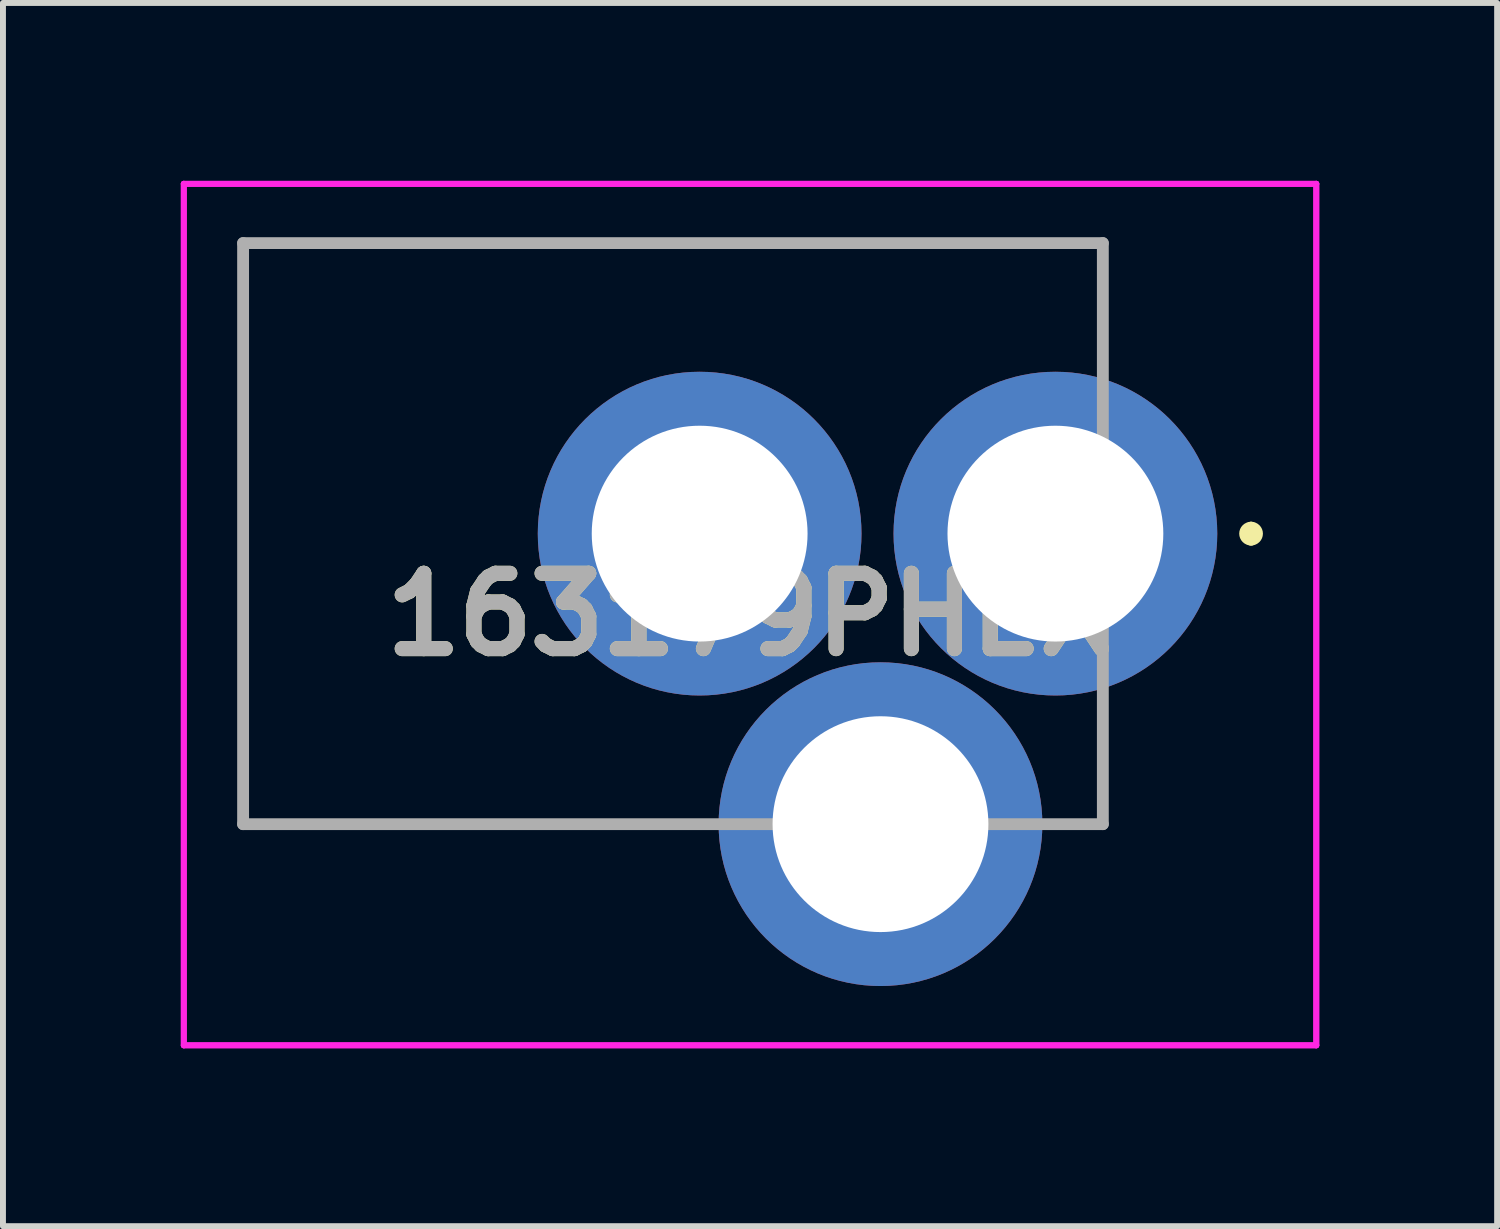
<source format=kicad_pcb>
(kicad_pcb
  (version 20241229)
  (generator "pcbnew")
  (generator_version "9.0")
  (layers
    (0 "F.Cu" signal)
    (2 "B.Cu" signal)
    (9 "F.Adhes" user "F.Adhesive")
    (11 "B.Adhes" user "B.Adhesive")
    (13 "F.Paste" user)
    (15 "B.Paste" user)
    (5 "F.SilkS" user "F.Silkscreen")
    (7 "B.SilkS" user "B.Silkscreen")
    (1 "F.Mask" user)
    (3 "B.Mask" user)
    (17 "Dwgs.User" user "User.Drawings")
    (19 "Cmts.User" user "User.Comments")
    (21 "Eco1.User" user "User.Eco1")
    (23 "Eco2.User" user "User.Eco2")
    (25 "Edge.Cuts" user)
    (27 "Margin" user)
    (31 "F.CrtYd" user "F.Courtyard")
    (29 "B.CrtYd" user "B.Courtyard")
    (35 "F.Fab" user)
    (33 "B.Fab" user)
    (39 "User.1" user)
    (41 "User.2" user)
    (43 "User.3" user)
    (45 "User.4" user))
  (footprint "163179PHEX"
    (layer "F.Cu")
    (at 9.6 7.315)
    (property "Reference" "163179PHEX" (at 0 0 0) (layer "F.SilkS") (effects (font (size 1.27 1.27) (thickness 0.254))))
    (attr through_hole)
    (fp_line (start -8.55 -6.265) (end -8.55 3.535) (stroke (width 0.1) (type solid)) (layer "F.SilkS"))
    (fp_line (start -8.55 3.535) (end 5.95 3.535) (stroke (width 0.1) (type solid)) (layer "F.SilkS"))
    (fp_line (start -1.55 -6.265) (end -8.55 -6.265) (stroke (width 0.1) (type solid)) (layer "F.SilkS"))
    (fp_line (start 5.95 3.535) (end 5.95 1.635) (stroke (width 0.1) (type solid)) (layer "F.SilkS"))
    (fp_line (start 8.45 -1.465) (end 8.45 -1.465) (stroke (width 0.2) (type solid)) (layer "F.SilkS"))
    (fp_line (start 8.45 -1.265) (end 8.45 -1.265) (stroke (width 0.2) (type solid)) (layer "F.SilkS"))
    (fp_arc (start 8.45 -1.465) (mid 8.55 -1.365) (end 8.45 -1.265) (stroke (width 0.2) (type solid)) (layer "F.SilkS"))
    (fp_arc (start 8.45 -1.265) (mid 8.35 -1.365) (end 8.45 -1.465) (stroke (width 0.2) (type solid)) (layer "F.SilkS"))
    (fp_line (start -9.55 -7.265) (end 9.55 -7.265) (stroke (width 0.1) (type solid)) (layer "F.CrtYd"))
    (fp_line (start -9.55 -7.265) (end 9.55 -7.265) (stroke (width 0.1) (type solid)) (layer "F.CrtYd"))
    (fp_line (start -9.55 7.265) (end -9.55 -7.265) (stroke (width 0.1) (type solid)) (layer "F.CrtYd"))
    (fp_line (start -9.55 7.265) (end -9.55 -7.265) (stroke (width 0.1) (type solid)) (layer "F.CrtYd"))
    (fp_line (start 9.55 -7.265) (end 9.55 7.265) (stroke (width 0.1) (type solid)) (layer "F.CrtYd"))
    (fp_line (start 9.55 -7.265) (end 9.55 7.265) (stroke (width 0.1) (type solid)) (layer "F.CrtYd"))
    (fp_line (start 9.55 7.265) (end -9.55 7.265) (stroke (width 0.1) (type solid)) (layer "F.CrtYd"))
    (fp_line (start 9.55 7.265) (end -9.55 7.265) (stroke (width 0.1) (type solid)) (layer "F.CrtYd"))
    (fp_line (start -8.55 -6.265) (end 5.95 -6.265) (stroke (width 0.2) (type solid)) (layer "F.Fab"))
    (fp_line (start -8.55 3.535) (end -8.55 -6.265) (stroke (width 0.2) (type solid)) (layer "F.Fab"))
    (fp_line (start 5.95 -6.265) (end 5.95 3.535) (stroke (width 0.2) (type solid)) (layer "F.Fab"))
    (fp_line (start 5.95 3.535) (end -8.55 3.535) (stroke (width 0.2) (type solid)) (layer "F.Fab"))
    (fp_text user "${REFERENCE}" (at 0 0 0) (layer "F.Fab") (effects (font (size 1.27 1.27) (thickness 0.254))))
    (pad "A" thru_hole circle (at 5.15 -1.365) (size 5.46 5.46) (drill 3.64) (layers "*.Cu" "*.Mask"))
    (pad "B" thru_hole circle (at 2.2 3.535) (size 5.46 5.46) (drill 3.64) (layers "*.Cu" "*.Mask"))
    (pad "C" thru_hole circle (at -0.85 -1.365) (size 5.46 5.46) (drill 3.64) (layers "*.Cu" "*.Mask")))
  (gr_rect
    (start -3 -3)
    (end 22.2 17.63)
    (stroke (width 0.1) (type default))
    (fill no)
    (layer "Edge.Cuts")))
</source>
